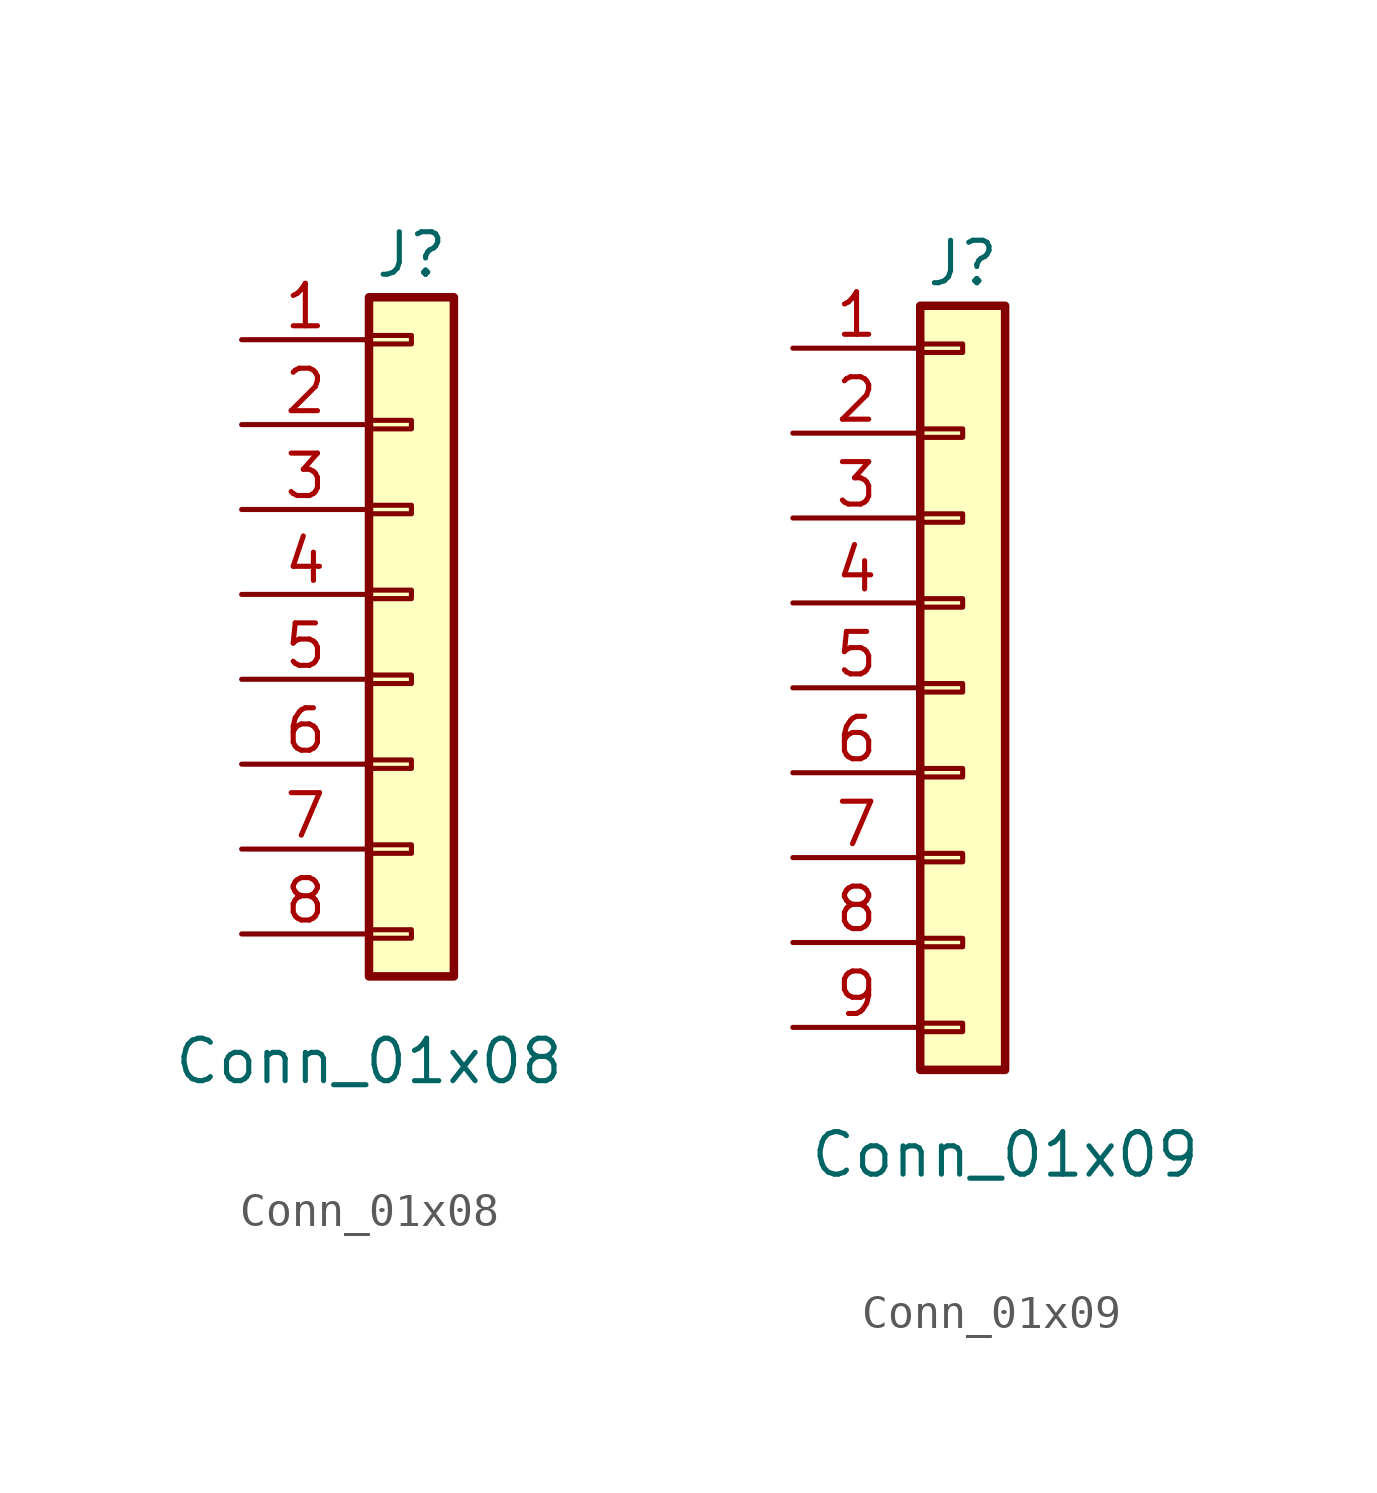
<source format=kicad_sym>
(kicad_symbol_lib
  (version 20211014)
  (generator kicad_symbol_editor)
  (symbol "Conn_01x08"
    (pin_names
      (offset 1.016) hide)
    (property "Reference" "J"
      (at 0 10.16 0)
      (effects (font (size 1.27 1.27))))
    (property "Value" "Conn_01x08"
      (at -1.27 -13.97 0)
      (effects (font (size 1.27 1.27))))
    (symbol "Conn_01x08_0_0"
      (pin passive line (at -5.08 -2.54 0) (length 3.81) (name "Pin_5" (effects (font (size 1.27 1.27)))) (number "5" (effects (font (size 1.27 1.27)))))
      (pin passive line (at -5.08 -5.08 0) (length 3.81) (name "Pin_6" (effects (font (size 1.27 1.27)))) (number "6" (effects (font (size 1.27 1.27)))))
      (pin passive line (at -5.08 -7.62 0) (length 3.81) (name "Pin_7" (effects (font (size 1.27 1.27)))) (number "7" (effects (font (size 1.27 1.27)))))
      (pin passive line (at -5.08 -10.16 0) (length 3.81) (name "Pin_8" (effects (font (size 1.27 1.27)))) (number "8" (effects (font (size 1.27 1.27))))))
    (symbol "Conn_01x08_1_1"
      (rectangle (start -1.27 -10.033) (end 0 -10.287) (stroke (width 0.152) (type default) (color 0 0 0 0)) (fill (type none)))
      (rectangle (start -1.27 -7.493) (end 0 -7.747) (stroke (width 0.152) (type default) (color 0 0 0 0)) (fill (type none)))
      (rectangle (start -1.27 -4.953) (end 0 -5.207) (stroke (width 0.152) (type default) (color 0 0 0 0)) (fill (type none)))
      (rectangle (start -1.27 -2.413) (end 0 -2.667) (stroke (width 0.152) (type default) (color 0 0 0 0)) (fill (type none)))
      (rectangle (start -1.27 0.127) (end 0 -0.127) (stroke (width 0.152) (type default) (color 0 0 0 0)) (fill (type none)))
      (rectangle (start -1.27 2.667) (end 0 2.413) (stroke (width 0.152) (type default) (color 0 0 0 0)) (fill (type none)))
      (rectangle (start -1.27 5.207) (end 0 4.953) (stroke (width 0.152) (type default) (color 0 0 0 0)) (fill (type none)))
      (rectangle (start -1.27 7.747) (end 0 7.493) (stroke (width 0.152) (type default) (color 0 0 0 0)) (fill (type none)))
      (rectangle (start -1.27 8.89) (end 1.27 -11.43) (stroke (width 0.254) (type default) (color 0 0 0 0)) (fill (type background)))
      (pin passive line (at -5.08 7.62 0) (length 3.81) (name "Pin_1" (effects (font (size 1.27 1.27)))) (number "1" (effects (font (size 1.27 1.27)))))
      (pin passive line (at -5.08 5.08 0) (length 3.81) (name "Pin_2" (effects (font (size 1.27 1.27)))) (number "2" (effects (font (size 1.27 1.27)))))
      (pin passive line (at -5.08 2.54 0) (length 3.81) (name "Pin_3" (effects (font (size 1.27 1.27)))) (number "3" (effects (font (size 1.27 1.27)))))
      (pin passive line (at -5.08 0 0) (length 3.81) (name "Pin_4" (effects (font (size 1.27 1.27)))) (number "4" (effects (font (size 1.27 1.27)))))))
  (symbol "Conn_01x09"
    (pin_names
      (offset 1.016) hide)
    (property "Reference" "J"
      (at 0 12.7 0)
      (effects (font (size 1.27 1.27))))
    (property "Value" "Conn_01x09"
      (at 1.27 -13.97 0)
      (effects (font (size 1.27 1.27))))
    (symbol "Conn_01x09_1_1"
      (rectangle (start -1.27 -10.033) (end 0 -10.287) (stroke (width 0.152) (type default) (color 0 0 0 0)) (fill (type none)))
      (rectangle (start -1.27 -7.493) (end 0 -7.747) (stroke (width 0.152) (type default) (color 0 0 0 0)) (fill (type none)))
      (rectangle (start -1.27 -4.953) (end 0 -5.207) (stroke (width 0.152) (type default) (color 0 0 0 0)) (fill (type none)))
      (rectangle (start -1.27 -2.413) (end 0 -2.667) (stroke (width 0.152) (type default) (color 0 0 0 0)) (fill (type none)))
      (rectangle (start -1.27 0.127) (end 0 -0.127) (stroke (width 0.152) (type default) (color 0 0 0 0)) (fill (type none)))
      (rectangle (start -1.27 2.667) (end 0 2.413) (stroke (width 0.152) (type default) (color 0 0 0 0)) (fill (type none)))
      (rectangle (start -1.27 5.207) (end 0 4.953) (stroke (width 0.152) (type default) (color 0 0 0 0)) (fill (type none)))
      (rectangle (start -1.27 7.747) (end 0 7.493) (stroke (width 0.152) (type default) (color 0 0 0 0)) (fill (type none)))
      (rectangle (start -1.27 10.287) (end 0 10.033) (stroke (width 0.152) (type default) (color 0 0 0 0)) (fill (type none)))
      (rectangle (start -1.27 11.43) (end 1.27 -11.43) (stroke (width 0.254) (type default) (color 0 0 0 0)) (fill (type background)))
      (pin passive line (at -5.08 10.16 0) (length 3.81) (name "Pin_1" (effects (font (size 1.27 1.27)))) (number "1" (effects (font (size 1.27 1.27)))))
      (pin passive line (at -5.08 7.62 0) (length 3.81) (name "Pin_2" (effects (font (size 1.27 1.27)))) (number "2" (effects (font (size 1.27 1.27)))))
      (pin passive line (at -5.08 5.08 0) (length 3.81) (name "Pin_3" (effects (font (size 1.27 1.27)))) (number "3" (effects (font (size 1.27 1.27)))))
      (pin passive line (at -5.08 2.54 0) (length 3.81) (name "Pin_4" (effects (font (size 1.27 1.27)))) (number "4" (effects (font (size 1.27 1.27)))))
      (pin passive line (at -5.08 0 0) (length 3.81) (name "Pin_5" (effects (font (size 1.27 1.27)))) (number "5" (effects (font (size 1.27 1.27)))))
      (pin passive line (at -5.08 -2.54 0) (length 3.81) (name "Pin_6" (effects (font (size 1.27 1.27)))) (number "6" (effects (font (size 1.27 1.27)))))
      (pin passive line (at -5.08 -5.08 0) (length 3.81) (name "Pin_7" (effects (font (size 1.27 1.27)))) (number "7" (effects (font (size 1.27 1.27)))))
      (pin passive line (at -5.08 -7.62 0) (length 3.81) (name "Pin_8" (effects (font (size 1.27 1.27)))) (number "8" (effects (font (size 1.27 1.27)))))
      (pin passive line (at -5.08 -10.16 0) (length 3.81) (name "Pin_9" (effects (font (size 1.27 1.27)))) (number "9" (effects (font (size 1.27 1.27))))))))
</source>
